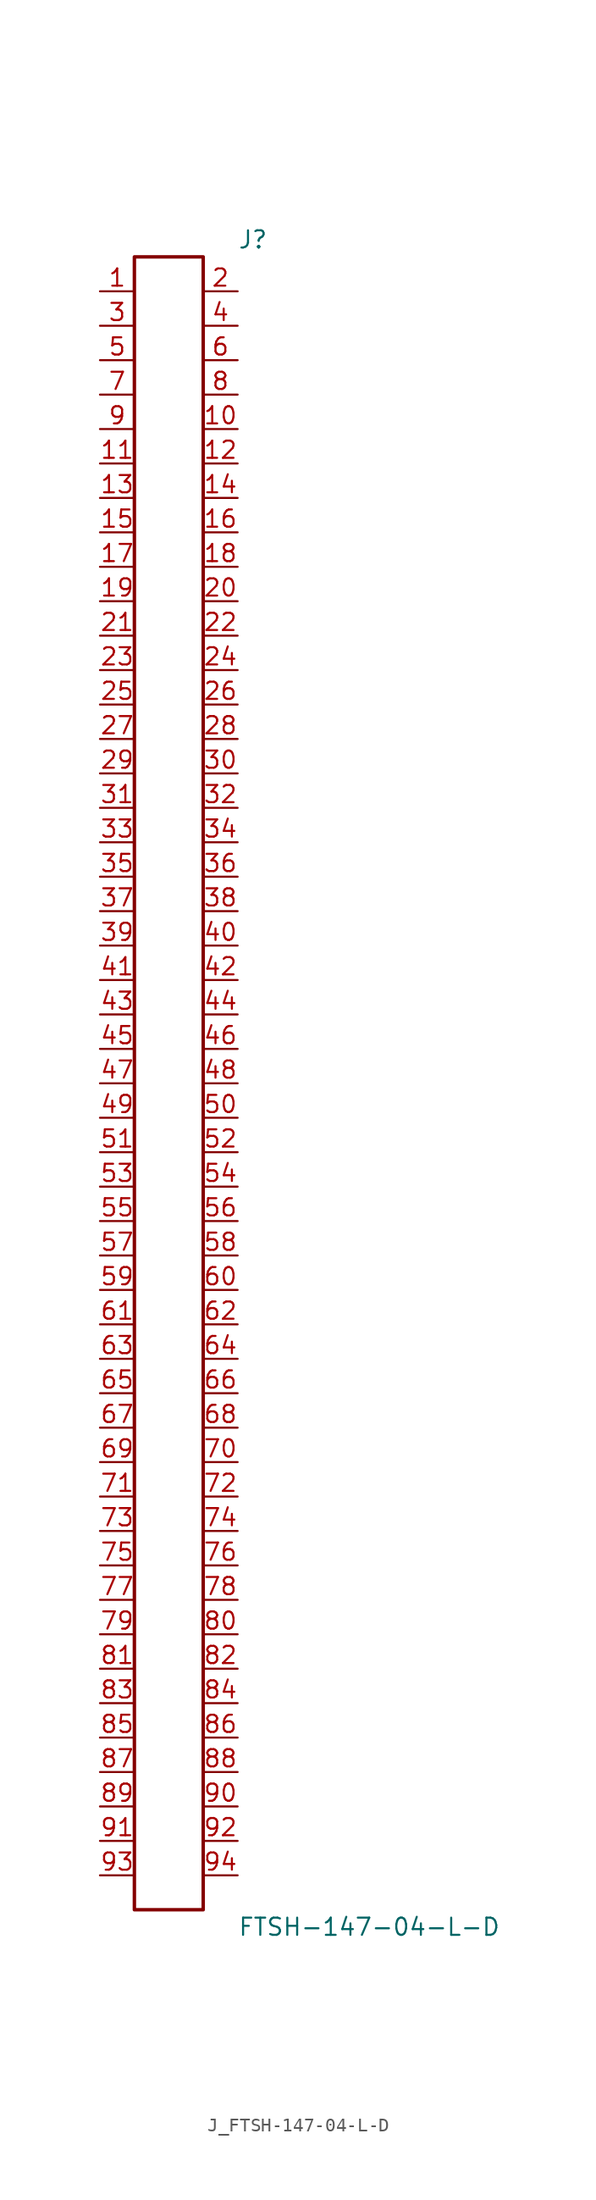
<source format=kicad_sym>
(kicad_symbol_lib
  (version 20231120)
  (generator kicad_symbol_editor)
  (generator_version 8.0)
  (symbol "J_FTSH-147-04-L-D"
    (pin_names
      (offset 0.254))
    (property "Reference" "J"
      (at 5.08 62.23 0)
      (effects (font (size 1.27 1.27)) (justify left)))
    (property "Value" "FTSH-147-04-L-D"
      (at 5.08 -62.23 0)
      (effects (font (size 1.27 1.27)) (justify left)))
    (symbol "J_FTSH-147-04-L-D_0_0"
      (pin passive line (at -5.08 58.42 0) (length 2.54) (name "" (effects (font (size 1.27 1.27)))) (number "1" (effects (font (size 1.27 1.27)))))
      (pin passive line (at 5.08 58.42 180) (length 2.54) (name "" (effects (font (size 1.27 1.27)))) (number "2" (effects (font (size 1.27 1.27)))))
      (pin passive line (at -5.08 55.88 0) (length 2.54) (name "" (effects (font (size 1.27 1.27)))) (number "3" (effects (font (size 1.27 1.27)))))
      (pin passive line (at 5.08 55.88 180) (length 2.54) (name "" (effects (font (size 1.27 1.27)))) (number "4" (effects (font (size 1.27 1.27)))))
      (pin passive line (at -5.08 53.34 0) (length 2.54) (name "" (effects (font (size 1.27 1.27)))) (number "5" (effects (font (size 1.27 1.27)))))
      (pin passive line (at 5.08 53.34 180) (length 2.54) (name "" (effects (font (size 1.27 1.27)))) (number "6" (effects (font (size 1.27 1.27)))))
      (pin passive line (at -5.08 50.8 0) (length 2.54) (name "" (effects (font (size 1.27 1.27)))) (number "7" (effects (font (size 1.27 1.27)))))
      (pin passive line (at 5.08 50.8 180) (length 2.54) (name "" (effects (font (size 1.27 1.27)))) (number "8" (effects (font (size 1.27 1.27)))))
      (pin passive line (at -5.08 48.26 0) (length 2.54) (name "" (effects (font (size 1.27 1.27)))) (number "9" (effects (font (size 1.27 1.27)))))
      (pin passive line (at 5.08 48.26 180) (length 2.54) (name "" (effects (font (size 1.27 1.27)))) (number "10" (effects (font (size 1.27 1.27)))))
      (pin passive line (at -5.08 45.72 0) (length 2.54) (name "" (effects (font (size 1.27 1.27)))) (number "11" (effects (font (size 1.27 1.27)))))
      (pin passive line (at 5.08 45.72 180) (length 2.54) (name "" (effects (font (size 1.27 1.27)))) (number "12" (effects (font (size 1.27 1.27)))))
      (pin passive line (at -5.08 43.18 0) (length 2.54) (name "" (effects (font (size 1.27 1.27)))) (number "13" (effects (font (size 1.27 1.27)))))
      (pin passive line (at 5.08 43.18 180) (length 2.54) (name "" (effects (font (size 1.27 1.27)))) (number "14" (effects (font (size 1.27 1.27)))))
      (pin passive line (at -5.08 40.64 0) (length 2.54) (name "" (effects (font (size 1.27 1.27)))) (number "15" (effects (font (size 1.27 1.27)))))
      (pin passive line (at 5.08 40.64 180) (length 2.54) (name "" (effects (font (size 1.27 1.27)))) (number "16" (effects (font (size 1.27 1.27)))))
      (pin passive line (at -5.08 38.1 0) (length 2.54) (name "" (effects (font (size 1.27 1.27)))) (number "17" (effects (font (size 1.27 1.27)))))
      (pin passive line (at 5.08 38.1 180) (length 2.54) (name "" (effects (font (size 1.27 1.27)))) (number "18" (effects (font (size 1.27 1.27)))))
      (pin passive line (at -5.08 35.56 0) (length 2.54) (name "" (effects (font (size 1.27 1.27)))) (number "19" (effects (font (size 1.27 1.27)))))
      (pin passive line (at 5.08 35.56 180) (length 2.54) (name "" (effects (font (size 1.27 1.27)))) (number "20" (effects (font (size 1.27 1.27)))))
      (pin passive line (at -5.08 33.02 0) (length 2.54) (name "" (effects (font (size 1.27 1.27)))) (number "21" (effects (font (size 1.27 1.27)))))
      (pin passive line (at 5.08 33.02 180) (length 2.54) (name "" (effects (font (size 1.27 1.27)))) (number "22" (effects (font (size 1.27 1.27)))))
      (pin passive line (at -5.08 30.48 0) (length 2.54) (name "" (effects (font (size 1.27 1.27)))) (number "23" (effects (font (size 1.27 1.27)))))
      (pin passive line (at 5.08 30.48 180) (length 2.54) (name "" (effects (font (size 1.27 1.27)))) (number "24" (effects (font (size 1.27 1.27)))))
      (pin passive line (at -5.08 27.94 0) (length 2.54) (name "" (effects (font (size 1.27 1.27)))) (number "25" (effects (font (size 1.27 1.27)))))
      (pin passive line (at 5.08 27.94 180) (length 2.54) (name "" (effects (font (size 1.27 1.27)))) (number "26" (effects (font (size 1.27 1.27)))))
      (pin passive line (at -5.08 25.4 0) (length 2.54) (name "" (effects (font (size 1.27 1.27)))) (number "27" (effects (font (size 1.27 1.27)))))
      (pin passive line (at 5.08 25.4 180) (length 2.54) (name "" (effects (font (size 1.27 1.27)))) (number "28" (effects (font (size 1.27 1.27)))))
      (pin passive line (at -5.08 22.86 0) (length 2.54) (name "" (effects (font (size 1.27 1.27)))) (number "29" (effects (font (size 1.27 1.27)))))
      (pin passive line (at 5.08 22.86 180) (length 2.54) (name "" (effects (font (size 1.27 1.27)))) (number "30" (effects (font (size 1.27 1.27)))))
      (pin passive line (at -5.08 20.32 0) (length 2.54) (name "" (effects (font (size 1.27 1.27)))) (number "31" (effects (font (size 1.27 1.27)))))
      (pin passive line (at 5.08 20.32 180) (length 2.54) (name "" (effects (font (size 1.27 1.27)))) (number "32" (effects (font (size 1.27 1.27)))))
      (pin passive line (at -5.08 17.78 0) (length 2.54) (name "" (effects (font (size 1.27 1.27)))) (number "33" (effects (font (size 1.27 1.27)))))
      (pin passive line (at 5.08 17.78 180) (length 2.54) (name "" (effects (font (size 1.27 1.27)))) (number "34" (effects (font (size 1.27 1.27)))))
      (pin passive line (at -5.08 15.24 0) (length 2.54) (name "" (effects (font (size 1.27 1.27)))) (number "35" (effects (font (size 1.27 1.27)))))
      (pin passive line (at 5.08 15.24 180) (length 2.54) (name "" (effects (font (size 1.27 1.27)))) (number "36" (effects (font (size 1.27 1.27)))))
      (pin passive line (at -5.08 12.7 0) (length 2.54) (name "" (effects (font (size 1.27 1.27)))) (number "37" (effects (font (size 1.27 1.27)))))
      (pin passive line (at 5.08 12.7 180) (length 2.54) (name "" (effects (font (size 1.27 1.27)))) (number "38" (effects (font (size 1.27 1.27)))))
      (pin passive line (at -5.08 10.16 0) (length 2.54) (name "" (effects (font (size 1.27 1.27)))) (number "39" (effects (font (size 1.27 1.27)))))
      (pin passive line (at 5.08 10.16 180) (length 2.54) (name "" (effects (font (size 1.27 1.27)))) (number "40" (effects (font (size 1.27 1.27)))))
      (pin passive line (at -5.08 7.62 0) (length 2.54) (name "" (effects (font (size 1.27 1.27)))) (number "41" (effects (font (size 1.27 1.27)))))
      (pin passive line (at 5.08 7.62 180) (length 2.54) (name "" (effects (font (size 1.27 1.27)))) (number "42" (effects (font (size 1.27 1.27)))))
      (pin passive line (at -5.08 5.08 0) (length 2.54) (name "" (effects (font (size 1.27 1.27)))) (number "43" (effects (font (size 1.27 1.27)))))
      (pin passive line (at 5.08 5.08 180) (length 2.54) (name "" (effects (font (size 1.27 1.27)))) (number "44" (effects (font (size 1.27 1.27)))))
      (pin passive line (at -5.08 2.54 0) (length 2.54) (name "" (effects (font (size 1.27 1.27)))) (number "45" (effects (font (size 1.27 1.27)))))
      (pin passive line (at 5.08 2.54 180) (length 2.54) (name "" (effects (font (size 1.27 1.27)))) (number "46" (effects (font (size 1.27 1.27)))))
      (pin passive line (at -5.08 0.0 0) (length 2.54) (name "" (effects (font (size 1.27 1.27)))) (number "47" (effects (font (size 1.27 1.27)))))
      (pin passive line (at 5.08 0.0 180) (length 2.54) (name "" (effects (font (size 1.27 1.27)))) (number "48" (effects (font (size 1.27 1.27)))))
      (pin passive line (at -5.08 -2.54 0) (length 2.54) (name "" (effects (font (size 1.27 1.27)))) (number "49" (effects (font (size 1.27 1.27)))))
      (pin passive line (at 5.08 -2.54 180) (length 2.54) (name "" (effects (font (size 1.27 1.27)))) (number "50" (effects (font (size 1.27 1.27)))))
      (pin passive line (at -5.08 -5.08 0) (length 2.54) (name "" (effects (font (size 1.27 1.27)))) (number "51" (effects (font (size 1.27 1.27)))))
      (pin passive line (at 5.08 -5.08 180) (length 2.54) (name "" (effects (font (size 1.27 1.27)))) (number "52" (effects (font (size 1.27 1.27)))))
      (pin passive line (at -5.08 -7.62 0) (length 2.54) (name "" (effects (font (size 1.27 1.27)))) (number "53" (effects (font (size 1.27 1.27)))))
      (pin passive line (at 5.08 -7.62 180) (length 2.54) (name "" (effects (font (size 1.27 1.27)))) (number "54" (effects (font (size 1.27 1.27)))))
      (pin passive line (at -5.08 -10.16 0) (length 2.54) (name "" (effects (font (size 1.27 1.27)))) (number "55" (effects (font (size 1.27 1.27)))))
      (pin passive line (at 5.08 -10.16 180) (length 2.54) (name "" (effects (font (size 1.27 1.27)))) (number "56" (effects (font (size 1.27 1.27)))))
      (pin passive line (at -5.08 -12.7 0) (length 2.54) (name "" (effects (font (size 1.27 1.27)))) (number "57" (effects (font (size 1.27 1.27)))))
      (pin passive line (at 5.08 -12.7 180) (length 2.54) (name "" (effects (font (size 1.27 1.27)))) (number "58" (effects (font (size 1.27 1.27)))))
      (pin passive line (at -5.08 -15.24 0) (length 2.54) (name "" (effects (font (size 1.27 1.27)))) (number "59" (effects (font (size 1.27 1.27)))))
      (pin passive line (at 5.08 -15.24 180) (length 2.54) (name "" (effects (font (size 1.27 1.27)))) (number "60" (effects (font (size 1.27 1.27)))))
      (pin passive line (at -5.08 -17.78 0) (length 2.54) (name "" (effects (font (size 1.27 1.27)))) (number "61" (effects (font (size 1.27 1.27)))))
      (pin passive line (at 5.08 -17.78 180) (length 2.54) (name "" (effects (font (size 1.27 1.27)))) (number "62" (effects (font (size 1.27 1.27)))))
      (pin passive line (at -5.08 -20.32 0) (length 2.54) (name "" (effects (font (size 1.27 1.27)))) (number "63" (effects (font (size 1.27 1.27)))))
      (pin passive line (at 5.08 -20.32 180) (length 2.54) (name "" (effects (font (size 1.27 1.27)))) (number "64" (effects (font (size 1.27 1.27)))))
      (pin passive line (at -5.08 -22.86 0) (length 2.54) (name "" (effects (font (size 1.27 1.27)))) (number "65" (effects (font (size 1.27 1.27)))))
      (pin passive line (at 5.08 -22.86 180) (length 2.54) (name "" (effects (font (size 1.27 1.27)))) (number "66" (effects (font (size 1.27 1.27)))))
      (pin passive line (at -5.08 -25.4 0) (length 2.54) (name "" (effects (font (size 1.27 1.27)))) (number "67" (effects (font (size 1.27 1.27)))))
      (pin passive line (at 5.08 -25.4 180) (length 2.54) (name "" (effects (font (size 1.27 1.27)))) (number "68" (effects (font (size 1.27 1.27)))))
      (pin passive line (at -5.08 -27.94 0) (length 2.54) (name "" (effects (font (size 1.27 1.27)))) (number "69" (effects (font (size 1.27 1.27)))))
      (pin passive line (at 5.08 -27.94 180) (length 2.54) (name "" (effects (font (size 1.27 1.27)))) (number "70" (effects (font (size 1.27 1.27)))))
      (pin passive line (at -5.08 -30.48 0) (length 2.54) (name "" (effects (font (size 1.27 1.27)))) (number "71" (effects (font (size 1.27 1.27)))))
      (pin passive line (at 5.08 -30.48 180) (length 2.54) (name "" (effects (font (size 1.27 1.27)))) (number "72" (effects (font (size 1.27 1.27)))))
      (pin passive line (at -5.08 -33.02 0) (length 2.54) (name "" (effects (font (size 1.27 1.27)))) (number "73" (effects (font (size 1.27 1.27)))))
      (pin passive line (at 5.08 -33.02 180) (length 2.54) (name "" (effects (font (size 1.27 1.27)))) (number "74" (effects (font (size 1.27 1.27)))))
      (pin passive line (at -5.08 -35.56 0) (length 2.54) (name "" (effects (font (size 1.27 1.27)))) (number "75" (effects (font (size 1.27 1.27)))))
      (pin passive line (at 5.08 -35.56 180) (length 2.54) (name "" (effects (font (size 1.27 1.27)))) (number "76" (effects (font (size 1.27 1.27)))))
      (pin passive line (at -5.08 -38.1 0) (length 2.54) (name "" (effects (font (size 1.27 1.27)))) (number "77" (effects (font (size 1.27 1.27)))))
      (pin passive line (at 5.08 -38.1 180) (length 2.54) (name "" (effects (font (size 1.27 1.27)))) (number "78" (effects (font (size 1.27 1.27)))))
      (pin passive line (at -5.08 -40.64 0) (length 2.54) (name "" (effects (font (size 1.27 1.27)))) (number "79" (effects (font (size 1.27 1.27)))))
      (pin passive line (at 5.08 -40.64 180) (length 2.54) (name "" (effects (font (size 1.27 1.27)))) (number "80" (effects (font (size 1.27 1.27)))))
      (pin passive line (at -5.08 -43.18 0) (length 2.54) (name "" (effects (font (size 1.27 1.27)))) (number "81" (effects (font (size 1.27 1.27)))))
      (pin passive line (at 5.08 -43.18 180) (length 2.54) (name "" (effects (font (size 1.27 1.27)))) (number "82" (effects (font (size 1.27 1.27)))))
      (pin passive line (at -5.08 -45.72 0) (length 2.54) (name "" (effects (font (size 1.27 1.27)))) (number "83" (effects (font (size 1.27 1.27)))))
      (pin passive line (at 5.08 -45.72 180) (length 2.54) (name "" (effects (font (size 1.27 1.27)))) (number "84" (effects (font (size 1.27 1.27)))))
      (pin passive line (at -5.08 -48.26 0) (length 2.54) (name "" (effects (font (size 1.27 1.27)))) (number "85" (effects (font (size 1.27 1.27)))))
      (pin passive line (at 5.08 -48.26 180) (length 2.54) (name "" (effects (font (size 1.27 1.27)))) (number "86" (effects (font (size 1.27 1.27)))))
      (pin passive line (at -5.08 -50.8 0) (length 2.54) (name "" (effects (font (size 1.27 1.27)))) (number "87" (effects (font (size 1.27 1.27)))))
      (pin passive line (at 5.08 -50.8 180) (length 2.54) (name "" (effects (font (size 1.27 1.27)))) (number "88" (effects (font (size 1.27 1.27)))))
      (pin passive line (at -5.08 -53.34 0) (length 2.54) (name "" (effects (font (size 1.27 1.27)))) (number "89" (effects (font (size 1.27 1.27)))))
      (pin passive line (at 5.08 -53.34 180) (length 2.54) (name "" (effects (font (size 1.27 1.27)))) (number "90" (effects (font (size 1.27 1.27)))))
      (pin passive line (at -5.08 -55.88 0) (length 2.54) (name "" (effects (font (size 1.27 1.27)))) (number "91" (effects (font (size 1.27 1.27)))))
      (pin passive line (at 5.08 -55.88 180) (length 2.54) (name "" (effects (font (size 1.27 1.27)))) (number "92" (effects (font (size 1.27 1.27)))))
      (pin passive line (at -5.08 -58.42 0) (length 2.54) (name "" (effects (font (size 1.27 1.27)))) (number "93" (effects (font (size 1.27 1.27)))))
      (pin passive line (at 5.08 -58.42 180) (length 2.54) (name "" (effects (font (size 1.27 1.27)))) (number "94" (effects (font (size 1.27 1.27))))))
    (symbol "J_FTSH-147-04-L-D_1_0"
      (rectangle (start -2.54 60.96) (end 2.54 -60.96) (stroke (width 0.254) (type solid)) (fill (type none))))))
</source>
